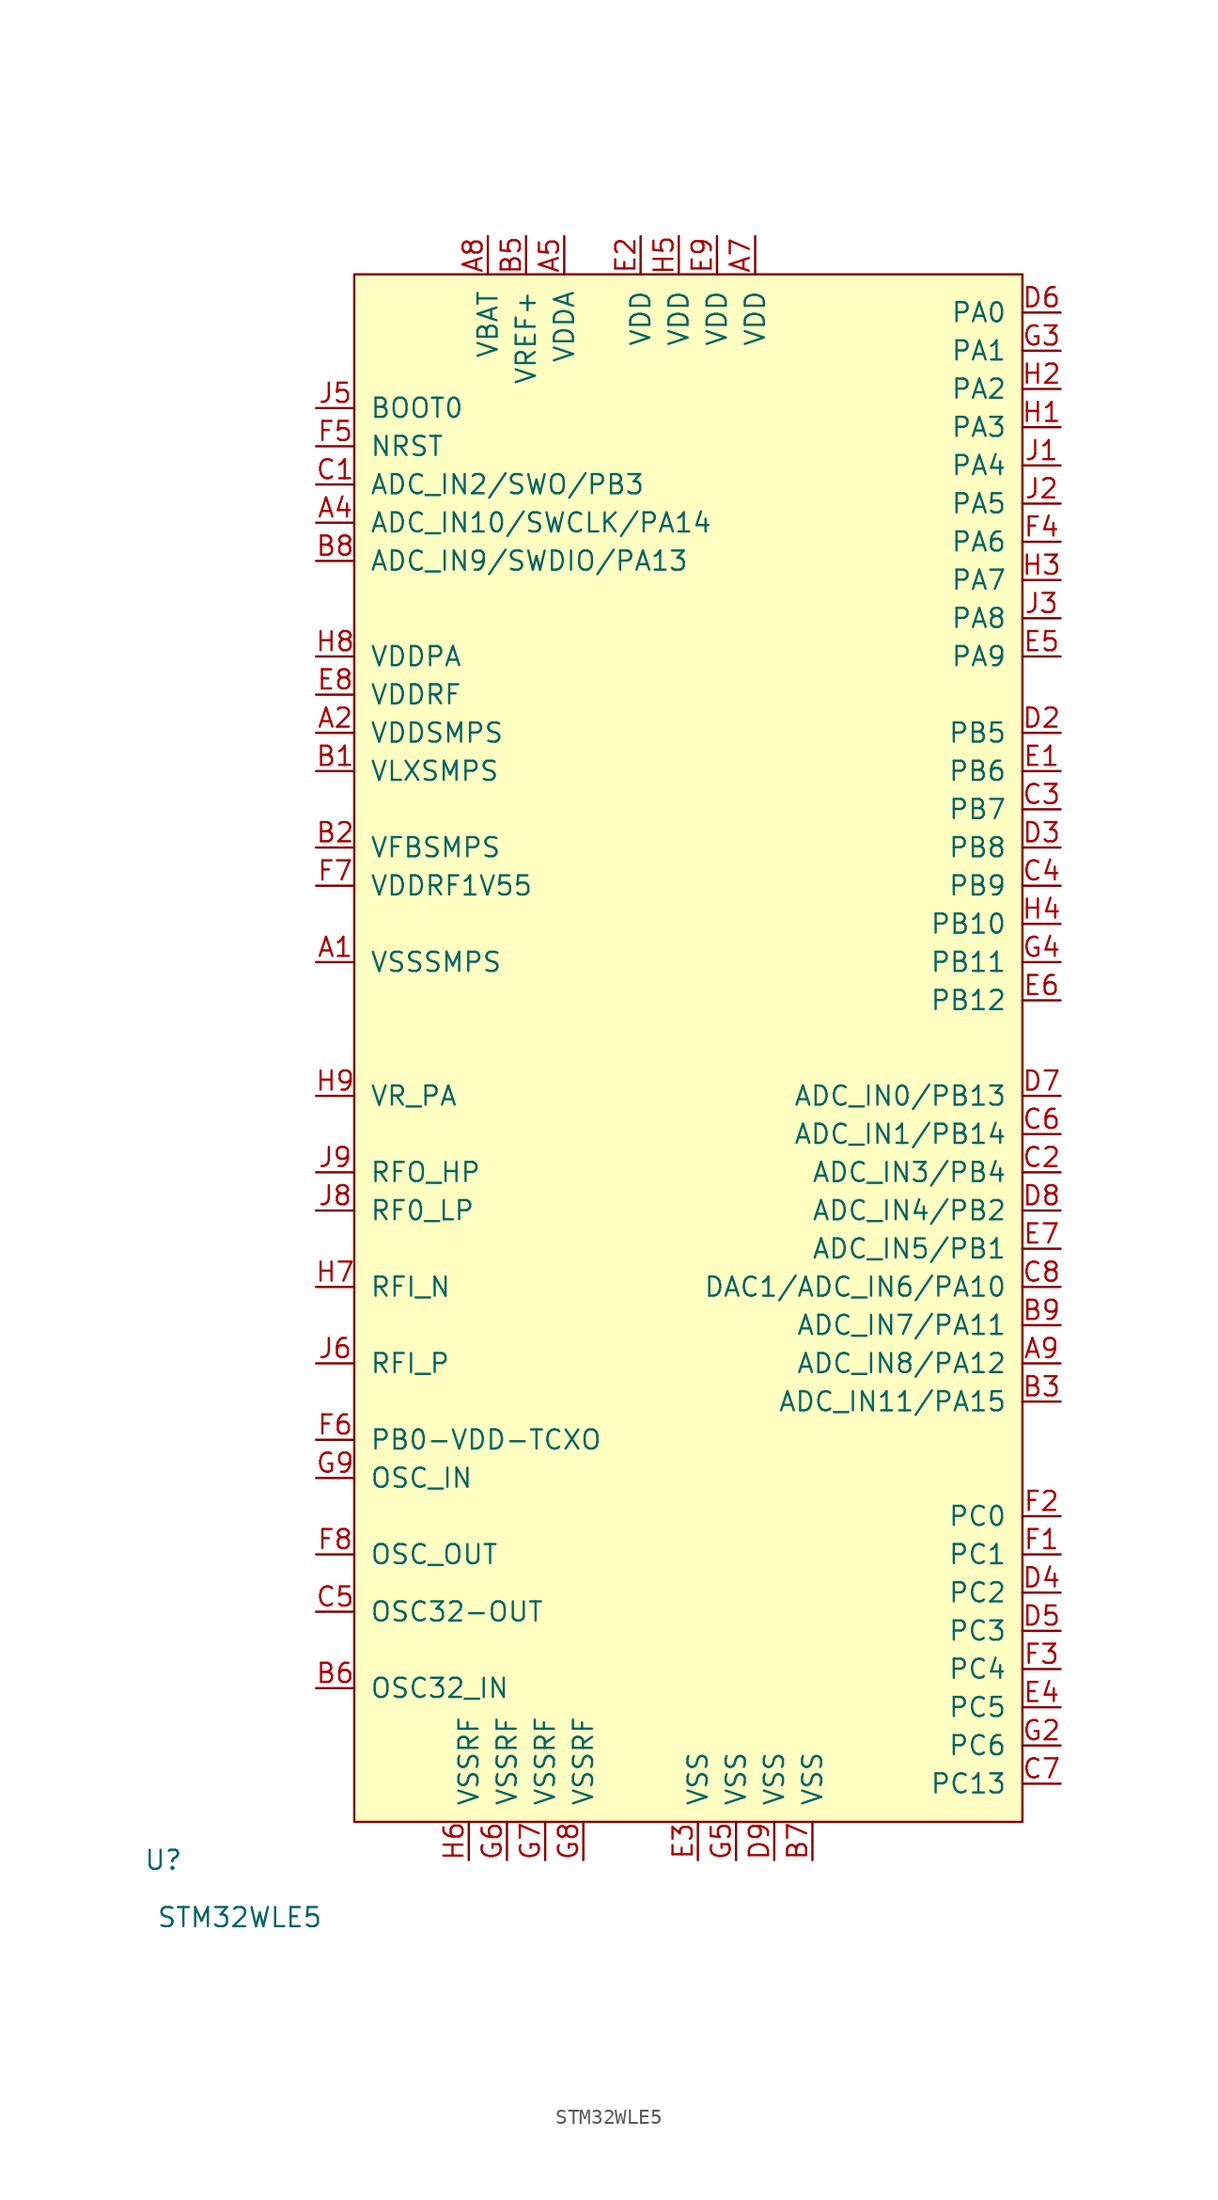
<source format=kicad_sym>
(kicad_symbol_lib
  (version 20211014)
  (generator kicad_symbol_editor)
  (symbol "STM32WLE5"
    (pin_names
      (offset 1.016))
    (property "Reference" "U"
      (at -12.7 -2.54 0)
      (effects (font (size 1.27 1.27))))
    (property "Value" "STM32WLE5"
      (at -7.62 -6.35 0)
      (effects (font (size 1.27 1.27))))
    (symbol "STM32WLE5_0_1"
      (rectangle (start 0 0) (end 44.45 102.87) (stroke (width 0) (type default) (color 0 0 0 0)) (fill (type background))))
    (symbol "STM32WLE5_1_1"
      (pin power_in line (at -2.54 57.15 0) (length 2.54) (name "VSSSMPS" (effects (font (size 1.27 1.27)))) (number "A1" (effects (font (size 1.27 1.27)))))
      (pin power_in line (at -2.54 72.39 0) (length 2.54) (name "VDDSMPS" (effects (font (size 1.27 1.27)))) (number "A2" (effects (font (size 1.27 1.27)))))
      (pin input line (at -2.54 86.36 0) (length 2.54) (name "ADC_IN10/SWCLK/PA14" (effects (font (size 1.27 1.27)))) (number "A4" (effects (font (size 1.27 1.27)))))
      (pin power_in line (at 13.97 105.41 270) (length 2.54) (name "VDDA" (effects (font (size 1.27 1.27)))) (number "A5" (effects (font (size 1.27 1.27)))))
      (pin power_in line (at 26.67 105.41 270) (length 2.54) (name "VDD" (effects (font (size 1.27 1.27)))) (number "A7" (effects (font (size 1.27 1.27)))))
      (pin power_in line (at 8.89 105.41 270) (length 2.54) (name "VBAT" (effects (font (size 1.27 1.27)))) (number "A8" (effects (font (size 1.27 1.27)))))
      (pin input line (at 46.99 30.48 180) (length 2.54) (name "ADC_IN8/PA12" (effects (font (size 1.27 1.27)))) (number "A9" (effects (font (size 1.27 1.27)))))
      (pin power_in line (at -2.54 69.85 0) (length 2.54) (name "VLXSMPS" (effects (font (size 1.27 1.27)))) (number "B1" (effects (font (size 1.27 1.27)))))
      (pin power_in line (at -2.54 64.77 0) (length 2.54) (name "VFBSMPS" (effects (font (size 1.27 1.27)))) (number "B2" (effects (font (size 1.27 1.27)))))
      (pin input line (at 46.99 27.94 180) (length 2.54) (name "ADC_IN11/PA15" (effects (font (size 1.27 1.27)))) (number "B3" (effects (font (size 1.27 1.27)))))
      (pin power_in line (at 11.43 105.41 270) (length 2.54) (name "VREF+" (effects (font (size 1.27 1.27)))) (number "B5" (effects (font (size 1.27 1.27)))))
      (pin input line (at -2.54 8.89 0) (length 2.54) (name "OSC32_IN" (effects (font (size 1.27 1.27)))) (number "B6" (effects (font (size 1.27 1.27)))))
      (pin power_in line (at 30.48 -2.54 90) (length 2.54) (name "VSS" (effects (font (size 1.27 1.27)))) (number "B7" (effects (font (size 1.27 1.27)))))
      (pin input line (at -2.54 83.82 0) (length 2.54) (name "ADC_IN9/SWDIO/PA13" (effects (font (size 1.27 1.27)))) (number "B8" (effects (font (size 1.27 1.27)))))
      (pin input line (at 46.99 33.02 180) (length 2.54) (name "ADC_IN7/PA11" (effects (font (size 1.27 1.27)))) (number "B9" (effects (font (size 1.27 1.27)))))
      (pin input line (at -2.54 88.9 0) (length 2.54) (name "ADC_IN2/SWO/PB3" (effects (font (size 1.27 1.27)))) (number "C1" (effects (font (size 1.27 1.27)))))
      (pin input line (at 46.99 43.18 180) (length 2.54) (name "ADC_IN3/PB4" (effects (font (size 1.27 1.27)))) (number "C2" (effects (font (size 1.27 1.27)))))
      (pin input line (at 46.99 67.31 180) (length 2.54) (name "PB7" (effects (font (size 1.27 1.27)))) (number "C3" (effects (font (size 1.27 1.27)))))
      (pin input line (at 46.99 62.23 180) (length 2.54) (name "PB9" (effects (font (size 1.27 1.27)))) (number "C4" (effects (font (size 1.27 1.27)))))
      (pin input line (at -2.54 13.97 0) (length 2.54) (name "OSC32-OUT" (effects (font (size 1.27 1.27)))) (number "C5" (effects (font (size 1.27 1.27)))))
      (pin input line (at 46.99 45.72 180) (length 2.54) (name "ADC_IN1/PB14" (effects (font (size 1.27 1.27)))) (number "C6" (effects (font (size 1.27 1.27)))))
      (pin input line (at 46.99 2.54 180) (length 2.54) (name "PC13" (effects (font (size 1.27 1.27)))) (number "C7" (effects (font (size 1.27 1.27)))))
      (pin input line (at 46.99 35.56 180) (length 2.54) (name "DAC1/ADC_IN6/PA10" (effects (font (size 1.27 1.27)))) (number "C8" (effects (font (size 1.27 1.27)))))
      (pin input line (at 46.99 72.39 180) (length 2.54) (name "PB5" (effects (font (size 1.27 1.27)))) (number "D2" (effects (font (size 1.27 1.27)))))
      (pin input line (at 46.99 64.77 180) (length 2.54) (name "PB8" (effects (font (size 1.27 1.27)))) (number "D3" (effects (font (size 1.27 1.27)))))
      (pin input line (at 46.99 15.24 180) (length 2.54) (name "PC2" (effects (font (size 1.27 1.27)))) (number "D4" (effects (font (size 1.27 1.27)))))
      (pin input line (at 46.99 12.7 180) (length 2.54) (name "PC3" (effects (font (size 1.27 1.27)))) (number "D5" (effects (font (size 1.27 1.27)))))
      (pin input line (at 46.99 100.33 180) (length 2.54) (name "PA0" (effects (font (size 1.27 1.27)))) (number "D6" (effects (font (size 1.27 1.27)))))
      (pin input line (at 46.99 48.26 180) (length 2.54) (name "ADC_IN0/PB13" (effects (font (size 1.27 1.27)))) (number "D7" (effects (font (size 1.27 1.27)))))
      (pin input line (at 46.99 40.64 180) (length 2.54) (name "ADC_IN4/PB2" (effects (font (size 1.27 1.27)))) (number "D8" (effects (font (size 1.27 1.27)))))
      (pin power_in line (at 27.94 -2.54 90) (length 2.54) (name "VSS" (effects (font (size 1.27 1.27)))) (number "D9" (effects (font (size 1.27 1.27)))))
      (pin input line (at 46.99 69.85 180) (length 2.54) (name "PB6" (effects (font (size 1.27 1.27)))) (number "E1" (effects (font (size 1.27 1.27)))))
      (pin power_in line (at 19.05 105.41 270) (length 2.54) (name "VDD" (effects (font (size 1.27 1.27)))) (number "E2" (effects (font (size 1.27 1.27)))))
      (pin power_in line (at 22.86 -2.54 90) (length 2.54) (name "VSS" (effects (font (size 1.27 1.27)))) (number "E3" (effects (font (size 1.27 1.27)))))
      (pin input line (at 46.99 7.62 180) (length 2.54) (name "PC5" (effects (font (size 1.27 1.27)))) (number "E4" (effects (font (size 1.27 1.27)))))
      (pin input line (at 46.99 77.47 180) (length 2.54) (name "PA9" (effects (font (size 1.27 1.27)))) (number "E5" (effects (font (size 1.27 1.27)))))
      (pin input line (at 46.99 54.61 180) (length 2.54) (name "PB12" (effects (font (size 1.27 1.27)))) (number "E6" (effects (font (size 1.27 1.27)))))
      (pin input line (at 46.99 38.1 180) (length 2.54) (name "ADC_IN5/PB1" (effects (font (size 1.27 1.27)))) (number "E7" (effects (font (size 1.27 1.27)))))
      (pin power_in line (at -2.54 74.93 0) (length 2.54) (name "VDDRF" (effects (font (size 1.27 1.27)))) (number "E8" (effects (font (size 1.27 1.27)))))
      (pin power_in line (at 24.13 105.41 270) (length 2.54) (name "VDD" (effects (font (size 1.27 1.27)))) (number "E9" (effects (font (size 1.27 1.27)))))
      (pin input line (at 46.99 17.78 180) (length 2.54) (name "PC1" (effects (font (size 1.27 1.27)))) (number "F1" (effects (font (size 1.27 1.27)))))
      (pin input line (at 46.99 20.32 180) (length 2.54) (name "PC0" (effects (font (size 1.27 1.27)))) (number "F2" (effects (font (size 1.27 1.27)))))
      (pin input line (at 46.99 10.16 180) (length 2.54) (name "PC4" (effects (font (size 1.27 1.27)))) (number "F3" (effects (font (size 1.27 1.27)))))
      (pin input line (at 46.99 85.09 180) (length 2.54) (name "PA6" (effects (font (size 1.27 1.27)))) (number "F4" (effects (font (size 1.27 1.27)))))
      (pin input line (at -2.54 91.44 0) (length 2.54) (name "NRST" (effects (font (size 1.27 1.27)))) (number "F5" (effects (font (size 1.27 1.27)))))
      (pin input line (at -2.54 25.4 0) (length 2.54) (name "PB0-VDD-TCXO" (effects (font (size 1.27 1.27)))) (number "F6" (effects (font (size 1.27 1.27)))))
      (pin power_in line (at -2.54 62.23 0) (length 2.54) (name "VDDRF1V55" (effects (font (size 1.27 1.27)))) (number "F7" (effects (font (size 1.27 1.27)))))
      (pin input line (at -2.54 17.78 0) (length 2.54) (name "OSC_OUT" (effects (font (size 1.27 1.27)))) (number "F8" (effects (font (size 1.27 1.27)))))
      (pin input line (at 46.99 5.08 180) (length 2.54) (name "PC6" (effects (font (size 1.27 1.27)))) (number "G2" (effects (font (size 1.27 1.27)))))
      (pin input line (at 46.99 97.79 180) (length 2.54) (name "PA1" (effects (font (size 1.27 1.27)))) (number "G3" (effects (font (size 1.27 1.27)))))
      (pin input line (at 46.99 57.15 180) (length 2.54) (name "PB11" (effects (font (size 1.27 1.27)))) (number "G4" (effects (font (size 1.27 1.27)))))
      (pin power_in line (at 25.4 -2.54 90) (length 2.54) (name "VSS" (effects (font (size 1.27 1.27)))) (number "G5" (effects (font (size 1.27 1.27)))))
      (pin power_in line (at 10.16 -2.54 90) (length 2.54) (name "VSSRF" (effects (font (size 1.27 1.27)))) (number "G6" (effects (font (size 1.27 1.27)))))
      (pin power_in line (at 12.7 -2.54 90) (length 2.54) (name "VSSRF" (effects (font (size 1.27 1.27)))) (number "G7" (effects (font (size 1.27 1.27)))))
      (pin power_in line (at 15.24 -2.54 90) (length 2.54) (name "VSSRF" (effects (font (size 1.27 1.27)))) (number "G8" (effects (font (size 1.27 1.27)))))
      (pin input line (at -2.54 22.86 0) (length 2.54) (name "OSC_IN" (effects (font (size 1.27 1.27)))) (number "G9" (effects (font (size 1.27 1.27)))))
      (pin input line (at 46.99 92.71 180) (length 2.54) (name "PA3" (effects (font (size 1.27 1.27)))) (number "H1" (effects (font (size 1.27 1.27)))))
      (pin input line (at 46.99 95.25 180) (length 2.54) (name "PA2" (effects (font (size 1.27 1.27)))) (number "H2" (effects (font (size 1.27 1.27)))))
      (pin input line (at 46.99 82.55 180) (length 2.54) (name "PA7" (effects (font (size 1.27 1.27)))) (number "H3" (effects (font (size 1.27 1.27)))))
      (pin input line (at 46.99 59.69 180) (length 2.54) (name "PB10" (effects (font (size 1.27 1.27)))) (number "H4" (effects (font (size 1.27 1.27)))))
      (pin power_in line (at 21.59 105.41 270) (length 2.54) (name "VDD" (effects (font (size 1.27 1.27)))) (number "H5" (effects (font (size 1.27 1.27)))))
      (pin power_in line (at 7.62 -2.54 90) (length 2.54) (name "VSSRF" (effects (font (size 1.27 1.27)))) (number "H6" (effects (font (size 1.27 1.27)))))
      (pin input line (at -2.54 35.56 0) (length 2.54) (name "RFI_N" (effects (font (size 1.27 1.27)))) (number "H7" (effects (font (size 1.27 1.27)))))
      (pin power_in line (at -2.54 77.47 0) (length 2.54) (name "VDDPA" (effects (font (size 1.27 1.27)))) (number "H8" (effects (font (size 1.27 1.27)))))
      (pin power_in line (at -2.54 48.26 0) (length 2.54) (name "VR_PA" (effects (font (size 1.27 1.27)))) (number "H9" (effects (font (size 1.27 1.27)))))
      (pin input line (at 46.99 90.17 180) (length 2.54) (name "PA4" (effects (font (size 1.27 1.27)))) (number "J1" (effects (font (size 1.27 1.27)))))
      (pin input line (at 46.99 87.63 180) (length 2.54) (name "PA5" (effects (font (size 1.27 1.27)))) (number "J2" (effects (font (size 1.27 1.27)))))
      (pin input line (at 46.99 80.01 180) (length 2.54) (name "PA8" (effects (font (size 1.27 1.27)))) (number "J3" (effects (font (size 1.27 1.27)))))
      (pin input line (at -2.54 93.98 0) (length 2.54) (name "BOOT0" (effects (font (size 1.27 1.27)))) (number "J5" (effects (font (size 1.27 1.27)))))
      (pin input line (at -2.54 30.48 0) (length 2.54) (name "RFI_P" (effects (font (size 1.27 1.27)))) (number "J6" (effects (font (size 1.27 1.27)))))
      (pin input line (at -2.54 40.64 0) (length 2.54) (name "RF0_LP" (effects (font (size 1.27 1.27)))) (number "J8" (effects (font (size 1.27 1.27)))))
      (pin input line (at -2.54 43.18 0) (length 2.54) (name "RFO_HP" (effects (font (size 1.27 1.27)))) (number "J9" (effects (font (size 1.27 1.27))))))))
</source>
